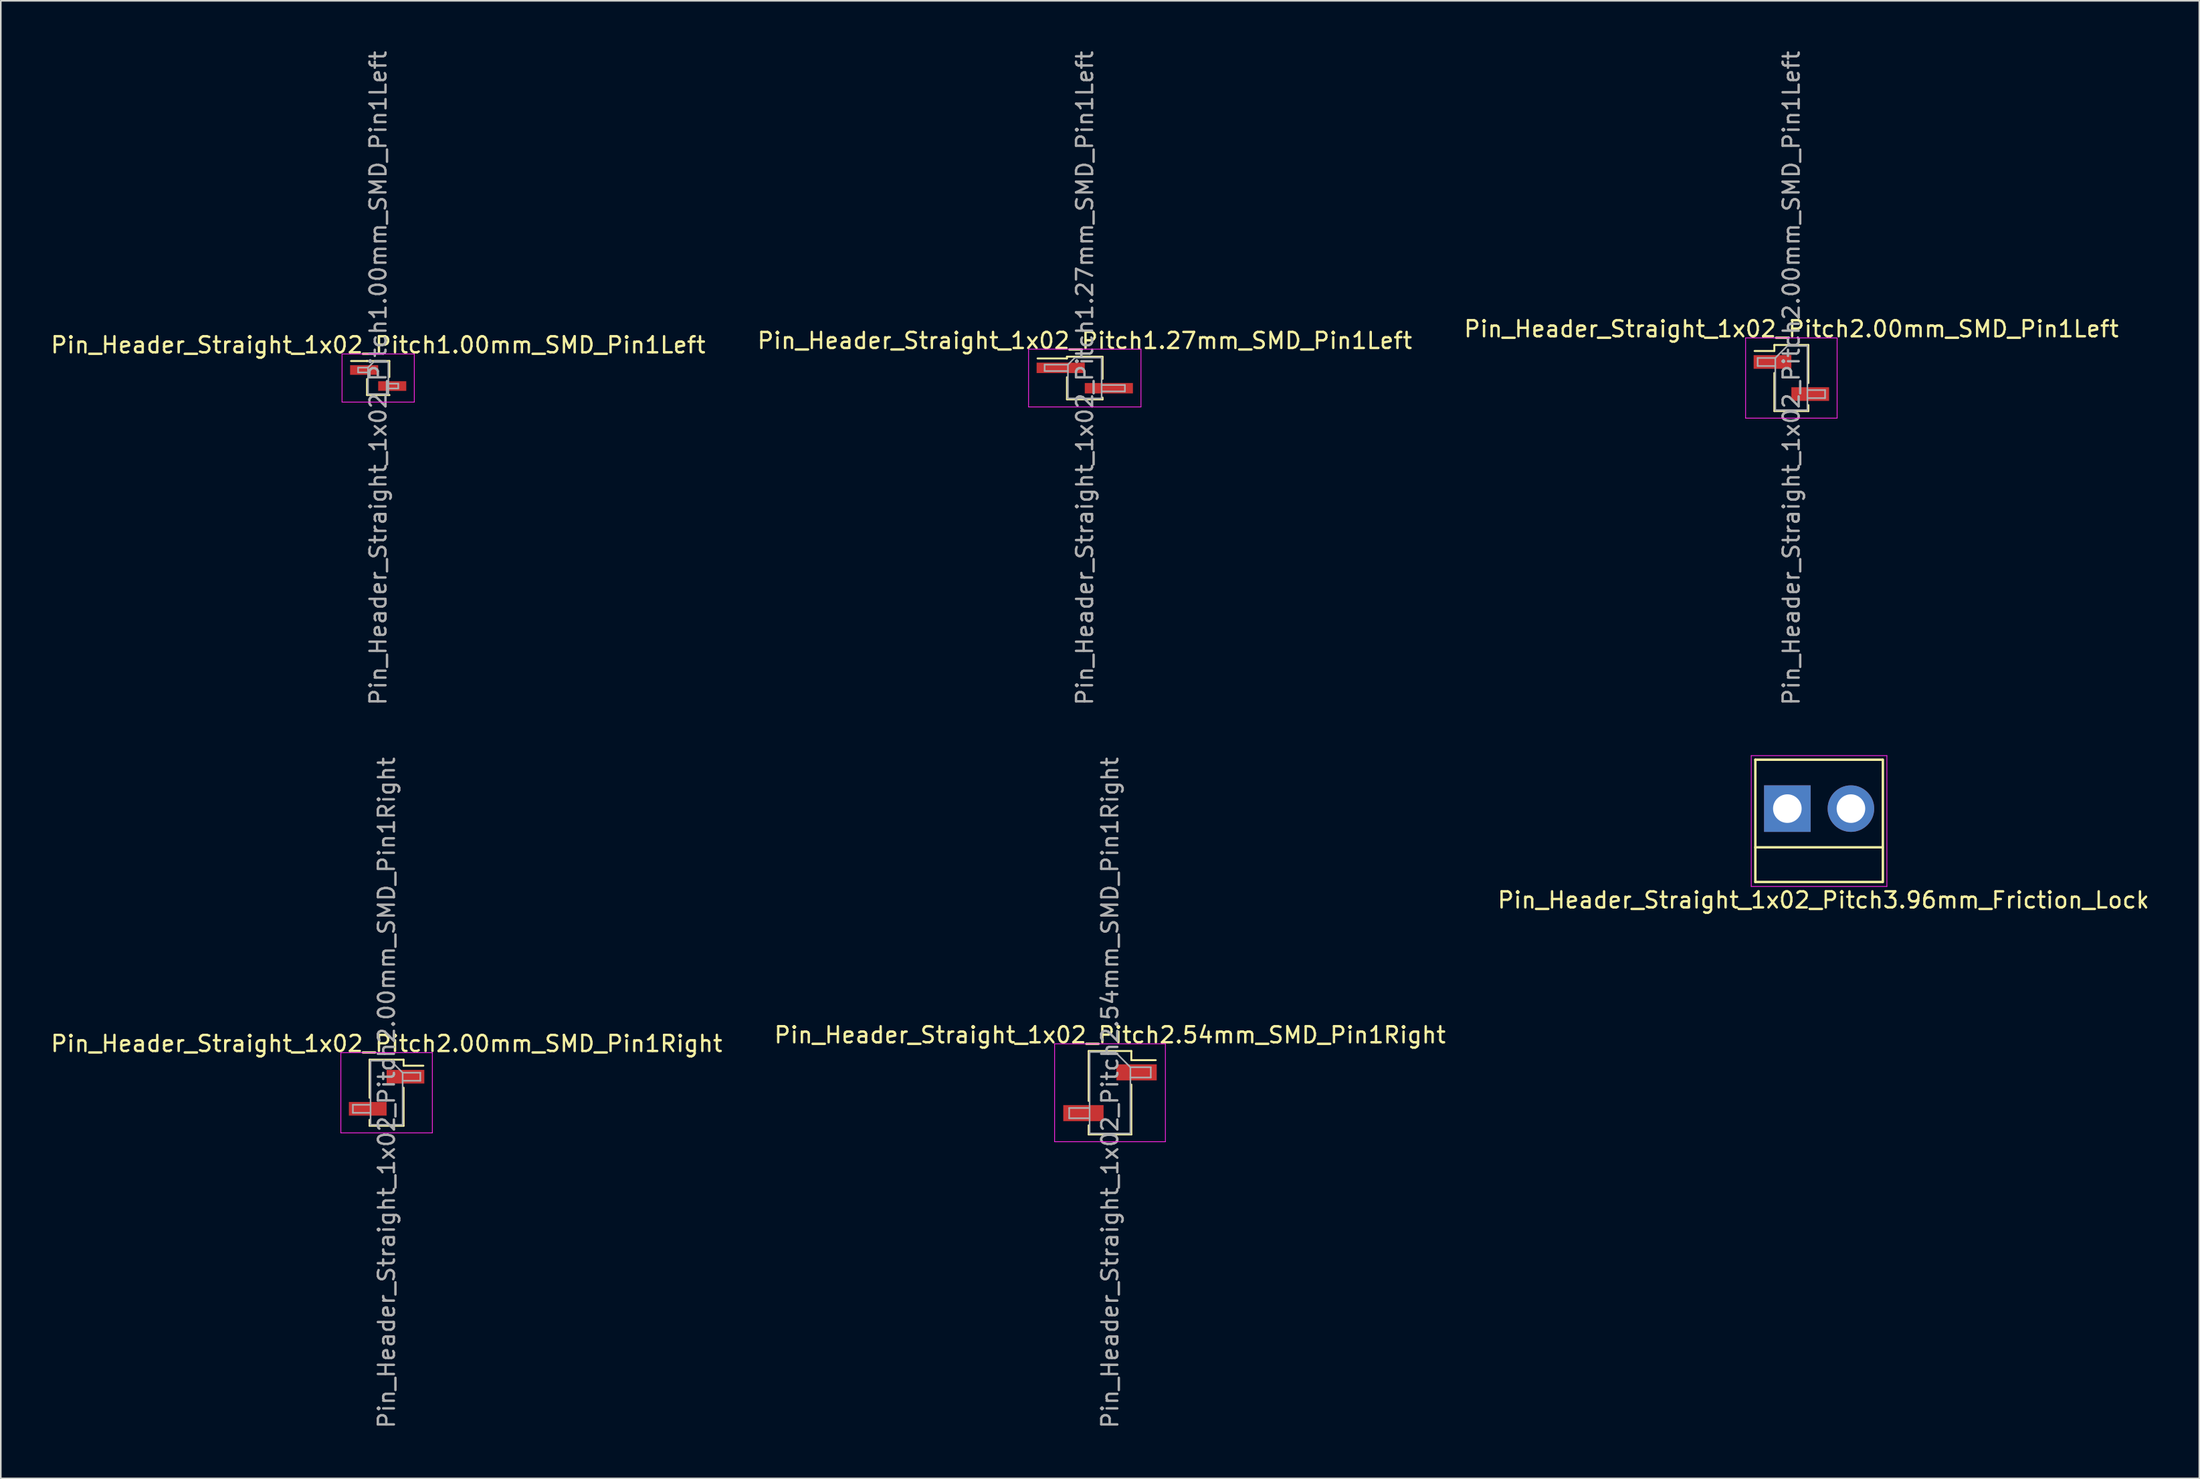
<source format=kicad_pcb>
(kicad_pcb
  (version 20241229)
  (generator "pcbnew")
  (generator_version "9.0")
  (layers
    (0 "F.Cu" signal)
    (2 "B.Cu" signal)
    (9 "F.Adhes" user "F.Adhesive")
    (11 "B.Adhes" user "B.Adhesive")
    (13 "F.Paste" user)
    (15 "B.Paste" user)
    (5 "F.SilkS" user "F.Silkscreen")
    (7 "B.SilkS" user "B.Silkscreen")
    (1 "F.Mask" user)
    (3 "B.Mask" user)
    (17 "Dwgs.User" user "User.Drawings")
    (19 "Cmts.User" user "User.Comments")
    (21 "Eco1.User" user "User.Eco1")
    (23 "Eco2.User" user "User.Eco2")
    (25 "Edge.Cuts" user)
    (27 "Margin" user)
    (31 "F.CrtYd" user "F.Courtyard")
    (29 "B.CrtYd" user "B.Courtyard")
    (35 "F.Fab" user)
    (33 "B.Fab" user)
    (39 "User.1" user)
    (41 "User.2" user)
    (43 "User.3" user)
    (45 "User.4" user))
  (footprint "Pin_Header_Straight_1x02_Pitch1.27mm_SMD_Pin1Left"
    (layer "F.Cu")
    (at 64.518 20.506)
    (property "Reference" "Pin_Header_Straight_1x02_Pitch1.27mm_SMD_Pin1Left" (at 0 -2.33 0) (layer "F.SilkS") (effects (font (size 1 1) (thickness 0.15))))
    (attr smd)
    (fp_line (start -1.11 -1.33) (end -1.11 -1.22) (stroke (width 0.12) (type solid)) (layer "F.SilkS"))
    (fp_line (start -1.11 -1.33) (end 1.11 -1.33) (stroke (width 0.12) (type solid)) (layer "F.SilkS"))
    (fp_line (start -1.11 -1.22) (end -2.94 -1.22) (stroke (width 0.12) (type solid)) (layer "F.SilkS"))
    (fp_line (start -1.11 -0.05) (end -1.11 1.32) (stroke (width 0.12) (type solid)) (layer "F.SilkS"))
    (fp_line (start -1.11 1.33) (end 1.11 1.33) (stroke (width 0.12) (type solid)) (layer "F.SilkS"))
    (fp_line (start 1.11 -1.32) (end 1.11 0.05) (stroke (width 0.12) (type solid)) (layer "F.SilkS"))
    (fp_line (start 1.11 1.22) (end 1.11 1.33) (stroke (width 0.12) (type solid)) (layer "F.SilkS"))
    (fp_line (start -3.5 -1.8) (end -3.5 1.8) (stroke (width 0.05) (type solid)) (layer "F.CrtYd"))
    (fp_line (start -3.5 1.8) (end 3.5 1.8) (stroke (width 0.05) (type solid)) (layer "F.CrtYd"))
    (fp_line (start 3.5 -1.8) (end -3.5 -1.8) (stroke (width 0.05) (type solid)) (layer "F.CrtYd"))
    (fp_line (start 3.5 1.8) (end 3.5 -1.8) (stroke (width 0.05) (type solid)) (layer "F.CrtYd"))
    (fp_line (start -2.5 -0.835) (end -2.5 -0.435) (stroke (width 0.1) (type solid)) (layer "F.Fab"))
    (fp_line (start -2.5 -0.435) (end -1.05 -0.435) (stroke (width 0.1) (type solid)) (layer "F.Fab"))
    (fp_line (start -1.05 -0.835) (end -2.5 -0.835) (stroke (width 0.1) (type solid)) (layer "F.Fab"))
    (fp_line (start -1.05 -0.835) (end -0.615 -1.27) (stroke (width 0.1) (type solid)) (layer "F.Fab"))
    (fp_line (start -1.05 1.27) (end -1.05 -0.835) (stroke (width 0.1) (type solid)) (layer "F.Fab"))
    (fp_line (start -0.615 -1.27) (end 1.05 -1.27) (stroke (width 0.1) (type solid)) (layer "F.Fab"))
    (fp_line (start 1.05 -1.27) (end 1.05 1.27) (stroke (width 0.1) (type solid)) (layer "F.Fab"))
    (fp_line (start 1.05 0.435) (end 2.5 0.435) (stroke (width 0.1) (type solid)) (layer "F.Fab"))
    (fp_line (start 1.05 1.27) (end -1.05 1.27) (stroke (width 0.1) (type solid)) (layer "F.Fab"))
    (fp_line (start 2.5 0.435) (end 2.5 0.835) (stroke (width 0.1) (type solid)) (layer "F.Fab"))
    (fp_line (start 2.5 0.835) (end 1.05 0.835) (stroke (width 0.1) (type solid)) (layer "F.Fab"))
    (fp_text user "${REFERENCE}" (at 0 0 90) (layer "F.Fab") (effects (font (size 1 1) (thickness 0.15))))
    (pad "1" smd rect (at -1.5 -0.635) (size 3 0.65) (layers "F.Cu" "F.Mask" "F.Paste"))
    (pad "2" smd rect (at 1.5 0.635) (size 3 0.65) (layers "F.Cu" "F.Mask" "F.Paste")))
  (footprint "Pin_Header_Straight_1x02_Pitch2.54mm_SMD_Pin1Right"
    (layer "F.Cu")
    (at 66.089 65.042)
    (property "Reference" "Pin_Header_Straight_1x02_Pitch2.54mm_SMD_Pin1Right" (at 0 -3.6 0) (layer "F.SilkS") (effects (font (size 1 1) (thickness 0.15))))
    (attr smd)
    (fp_line (start -1.33 -2.6) (end -1.33 0.51) (stroke (width 0.12) (type solid)) (layer "F.SilkS"))
    (fp_line (start -1.33 -2.6) (end 1.33 -2.6) (stroke (width 0.12) (type solid)) (layer "F.SilkS"))
    (fp_line (start -1.33 2.03) (end -1.33 2.6) (stroke (width 0.12) (type solid)) (layer "F.SilkS"))
    (fp_line (start -1.33 2.6) (end 1.33 2.6) (stroke (width 0.12) (type solid)) (layer "F.SilkS"))
    (fp_line (start 1.33 -2.6) (end 1.33 -2.03) (stroke (width 0.12) (type solid)) (layer "F.SilkS"))
    (fp_line (start 1.33 -2.03) (end 2.85 -2.03) (stroke (width 0.12) (type solid)) (layer "F.SilkS"))
    (fp_line (start 1.33 -0.51) (end 1.33 2.6) (stroke (width 0.12) (type solid)) (layer "F.SilkS"))
    (fp_line (start -3.45 -3.05) (end -3.45 3.05) (stroke (width 0.05) (type solid)) (layer "F.CrtYd"))
    (fp_line (start -3.45 3.05) (end 3.45 3.05) (stroke (width 0.05) (type solid)) (layer "F.CrtYd"))
    (fp_line (start 3.45 -3.05) (end -3.45 -3.05) (stroke (width 0.05) (type solid)) (layer "F.CrtYd"))
    (fp_line (start 3.45 3.05) (end 3.45 -3.05) (stroke (width 0.05) (type solid)) (layer "F.CrtYd"))
    (fp_line (start -2.54 0.95) (end -2.54 1.59) (stroke (width 0.1) (type solid)) (layer "F.Fab"))
    (fp_line (start -2.54 1.59) (end -1.27 1.59) (stroke (width 0.1) (type solid)) (layer "F.Fab"))
    (fp_line (start -1.27 -2.54) (end -1.27 2.54) (stroke (width 0.1) (type solid)) (layer "F.Fab"))
    (fp_line (start -1.27 -2.54) (end 0.32 -2.54) (stroke (width 0.1) (type solid)) (layer "F.Fab"))
    (fp_line (start -1.27 0.95) (end -2.54 0.95) (stroke (width 0.1) (type solid)) (layer "F.Fab"))
    (fp_line (start 1.27 -1.59) (end 0.32 -2.54) (stroke (width 0.1) (type solid)) (layer "F.Fab"))
    (fp_line (start 1.27 -1.59) (end 2.54 -1.59) (stroke (width 0.1) (type solid)) (layer "F.Fab"))
    (fp_line (start 1.27 2.54) (end -1.27 2.54) (stroke (width 0.1) (type solid)) (layer "F.Fab"))
    (fp_line (start 1.27 2.54) (end 1.27 -1.59) (stroke (width 0.1) (type solid)) (layer "F.Fab"))
    (fp_line (start 2.54 -1.59) (end 2.54 -0.95) (stroke (width 0.1) (type solid)) (layer "F.Fab"))
    (fp_line (start 2.54 -0.95) (end 1.27 -0.95) (stroke (width 0.1) (type solid)) (layer "F.Fab"))
    (fp_text user "${REFERENCE}" (at 0 0 90) (layer "F.Fab") (effects (font (size 1 1) (thickness 0.15))))
    (pad "1" smd rect (at 1.655 -1.27) (size 2.51 1) (layers "F.Cu" "F.Mask" "F.Paste"))
    (pad "2" smd rect (at -1.655 1.27) (size 2.51 1) (layers "F.Cu" "F.Mask" "F.Paste")))
  (footprint "Pin_Header_Straight_1x02_Pitch3.96mm_Friction_Lock"
    (layer "F.Cu")
    (at 108.28 47.337)
    (property "Reference" "Pin_Header_Straight_1x02_Pitch3.96mm_Friction_Lock" (at 2.25 5.7 0) (layer "F.SilkS") (effects (font (size 1 1) (thickness 0.15))))
    (attr through_hole)
    (fp_line (start -1.994 -3.048) (end -1.994 4.572) (stroke (width 0.15) (type solid)) (layer "F.SilkS"))
    (fp_line (start -1.994 -3.048) (end 5.931 -3.048) (stroke (width 0.15) (type solid)) (layer "F.SilkS"))
    (fp_line (start -1.994 2.413) (end 5.931 2.413) (stroke (width 0.15) (type solid)) (layer "F.SilkS"))
    (fp_line (start -1.994 4.572) (end 5.931 4.572) (stroke (width 0.15) (type solid)) (layer "F.SilkS"))
    (fp_line (start 5.95 -3.048) (end 5.95 4.572) (stroke (width 0.15) (type solid)) (layer "F.SilkS"))
    (fp_line (start -2.25 -3.3) (end 6.2 -3.3) (stroke (width 0.05) (type solid)) (layer "F.CrtYd"))
    (fp_line (start -2.25 4.85) (end -2.25 -3.3) (stroke (width 0.05) (type solid)) (layer "F.CrtYd"))
    (fp_line (start 6.2 -3.3) (end 6.2 4.85) (stroke (width 0.05) (type solid)) (layer "F.CrtYd"))
    (fp_line (start 6.2 4.85) (end -2.25 4.85) (stroke (width 0.05) (type solid)) (layer "F.CrtYd"))
    (pad "1" thru_hole rect (at 0 0) (size 2.9 2.9) (drill 1.78) (layers "*.Cu" "*.Mask"))
    (pad "2" thru_hole circle (at 3.96 0) (size 2.9 2.9) (drill 1.78) (layers "*.Cu" "*.Mask")))
  (footprint "Pin_Header_Straight_1x02_Pitch1.00mm_SMD_Pin1Left"
    (layer "F.Cu")
    (at 20.506 20.506)
    (property "Reference" "Pin_Header_Straight_1x02_Pitch1.00mm_SMD_Pin1Left" (at 0 -2.06 0) (layer "F.SilkS") (effects (font (size 1 1) (thickness 0.15))))
    (attr smd)
    (fp_line (start -0.695 -1.06) (end -1.69 -1.06) (stroke (width 0.12) (type solid)) (layer "F.SilkS"))
    (fp_line (start -0.695 -1.06) (end -0.695 -1.06) (stroke (width 0.12) (type solid)) (layer "F.SilkS"))
    (fp_line (start -0.695 -1.06) (end 0.695 -1.06) (stroke (width 0.12) (type solid)) (layer "F.SilkS"))
    (fp_line (start -0.695 0.06) (end -0.695 1.06) (stroke (width 0.12) (type solid)) (layer "F.SilkS"))
    (fp_line (start -0.695 1.06) (end 0.695 1.06) (stroke (width 0.12) (type solid)) (layer "F.SilkS"))
    (fp_line (start 0.695 -1.06) (end 0.695 -0.06) (stroke (width 0.12) (type solid)) (layer "F.SilkS"))
    (fp_line (start 0.695 1.06) (end 0.695 1.06) (stroke (width 0.12) (type solid)) (layer "F.SilkS"))
    (fp_line (start -2.25 -1.5) (end -2.25 1.5) (stroke (width 0.05) (type solid)) (layer "F.CrtYd"))
    (fp_line (start -2.25 1.5) (end 2.25 1.5) (stroke (width 0.05) (type solid)) (layer "F.CrtYd"))
    (fp_line (start 2.25 -1.5) (end -2.25 -1.5) (stroke (width 0.05) (type solid)) (layer "F.CrtYd"))
    (fp_line (start 2.25 1.5) (end 2.25 -1.5) (stroke (width 0.05) (type solid)) (layer "F.CrtYd"))
    (fp_line (start -1.25 -0.65) (end -1.25 -0.35) (stroke (width 0.1) (type solid)) (layer "F.Fab"))
    (fp_line (start -1.25 -0.35) (end -0.635 -0.35) (stroke (width 0.1) (type solid)) (layer "F.Fab"))
    (fp_line (start -0.635 -0.65) (end -1.25 -0.65) (stroke (width 0.1) (type solid)) (layer "F.Fab"))
    (fp_line (start -0.635 -0.65) (end -0.285 -1) (stroke (width 0.1) (type solid)) (layer "F.Fab"))
    (fp_line (start -0.635 1) (end -0.635 -0.65) (stroke (width 0.1) (type solid)) (layer "F.Fab"))
    (fp_line (start -0.285 -1) (end 0.635 -1) (stroke (width 0.1) (type solid)) (layer "F.Fab"))
    (fp_line (start 0.635 -1) (end 0.635 1) (stroke (width 0.1) (type solid)) (layer "F.Fab"))
    (fp_line (start 0.635 0.35) (end 1.25 0.35) (stroke (width 0.1) (type solid)) (layer "F.Fab"))
    (fp_line (start 0.635 1) (end -0.635 1) (stroke (width 0.1) (type solid)) (layer "F.Fab"))
    (fp_line (start 1.25 0.35) (end 1.25 0.65) (stroke (width 0.1) (type solid)) (layer "F.Fab"))
    (fp_line (start 1.25 0.65) (end 0.635 0.65) (stroke (width 0.1) (type solid)) (layer "F.Fab"))
    (fp_text user "${REFERENCE}" (at 0 0 90) (layer "F.Fab") (effects (font (size 1 1) (thickness 0.15))))
    (pad "1" smd rect (at -0.875 -0.5) (size 1.75 0.6) (layers "F.Cu" "F.Mask" "F.Paste"))
    (pad "2" smd rect (at 0.875 0.5) (size 1.75 0.6) (layers "F.Cu" "F.Mask" "F.Paste")))
  (footprint "Pin_Header_Straight_1x02_Pitch2.00mm_SMD_Pin1Left"
    (layer "F.Cu")
    (at 108.53 20.506)
    (property "Reference" "Pin_Header_Straight_1x02_Pitch2.00mm_SMD_Pin1Left" (at 0 -3.06 0) (layer "F.SilkS") (effects (font (size 1 1) (thickness 0.15))))
    (attr smd)
    (fp_line (start -1.06 -2.06) (end -1.06 -1.685) (stroke (width 0.12) (type solid)) (layer "F.SilkS"))
    (fp_line (start -1.06 -2.06) (end 1.06 -2.06) (stroke (width 0.12) (type solid)) (layer "F.SilkS"))
    (fp_line (start -1.06 -1.685) (end -2.29 -1.685) (stroke (width 0.12) (type solid)) (layer "F.SilkS"))
    (fp_line (start -1.06 -0.315) (end -1.06 2.06) (stroke (width 0.12) (type solid)) (layer "F.SilkS"))
    (fp_line (start -1.06 2.06) (end 1.06 2.06) (stroke (width 0.12) (type solid)) (layer "F.SilkS"))
    (fp_line (start 1.06 -2.06) (end 1.06 0.315) (stroke (width 0.12) (type solid)) (layer "F.SilkS"))
    (fp_line (start 1.06 1.685) (end 1.06 2.06) (stroke (width 0.12) (type solid)) (layer "F.SilkS"))
    (fp_line (start -2.85 -2.5) (end -2.85 2.5) (stroke (width 0.05) (type solid)) (layer "F.CrtYd"))
    (fp_line (start -2.85 2.5) (end 2.85 2.5) (stroke (width 0.05) (type solid)) (layer "F.CrtYd"))
    (fp_line (start 2.85 -2.5) (end -2.85 -2.5) (stroke (width 0.05) (type solid)) (layer "F.CrtYd"))
    (fp_line (start 2.85 2.5) (end 2.85 -2.5) (stroke (width 0.05) (type solid)) (layer "F.CrtYd"))
    (fp_line (start -2.1 -1.25) (end -2.1 -0.75) (stroke (width 0.1) (type solid)) (layer "F.Fab"))
    (fp_line (start -2.1 -0.75) (end -1 -0.75) (stroke (width 0.1) (type solid)) (layer "F.Fab"))
    (fp_line (start -1 -1.25) (end -2.1 -1.25) (stroke (width 0.1) (type solid)) (layer "F.Fab"))
    (fp_line (start -1 -1.25) (end -0.25 -2) (stroke (width 0.1) (type solid)) (layer "F.Fab"))
    (fp_line (start -1 2) (end -1 -1.25) (stroke (width 0.1) (type solid)) (layer "F.Fab"))
    (fp_line (start -0.25 -2) (end 1 -2) (stroke (width 0.1) (type solid)) (layer "F.Fab"))
    (fp_line (start 1 -2) (end 1 2) (stroke (width 0.1) (type solid)) (layer "F.Fab"))
    (fp_line (start 1 0.75) (end 2.1 0.75) (stroke (width 0.1) (type solid)) (layer "F.Fab"))
    (fp_line (start 1 2) (end -1 2) (stroke (width 0.1) (type solid)) (layer "F.Fab"))
    (fp_line (start 2.1 0.75) (end 2.1 1.25) (stroke (width 0.1) (type solid)) (layer "F.Fab"))
    (fp_line (start 2.1 1.25) (end 1 1.25) (stroke (width 0.1) (type solid)) (layer "F.Fab"))
    (fp_text user "${REFERENCE}" (at 0 0 90) (layer "F.Fab") (effects (font (size 1 1) (thickness 0.15))))
    (pad "1" smd rect (at -1.175 -1) (size 2.35 0.85) (layers "F.Cu" "F.Mask" "F.Paste"))
    (pad "2" smd rect (at 1.175 1) (size 2.35 0.85) (layers "F.Cu" "F.Mask" "F.Paste")))
  (footprint "Pin_Header_Straight_1x02_Pitch2.00mm_SMD_Pin1Right"
    (layer "F.Cu")
    (at 21.03 65.042)
    (property "Reference" "Pin_Header_Straight_1x02_Pitch2.00mm_SMD_Pin1Right" (at 0 -3.06 0) (layer "F.SilkS") (effects (font (size 1 1) (thickness 0.15))))
    (attr smd)
    (fp_line (start -1.06 -2.06) (end -1.06 0.315) (stroke (width 0.12) (type solid)) (layer "F.SilkS"))
    (fp_line (start -1.06 -2.06) (end 1.06 -2.06) (stroke (width 0.12) (type solid)) (layer "F.SilkS"))
    (fp_line (start -1.06 1.685) (end -1.06 2.06) (stroke (width 0.12) (type solid)) (layer "F.SilkS"))
    (fp_line (start -1.06 2.06) (end 1.06 2.06) (stroke (width 0.12) (type solid)) (layer "F.SilkS"))
    (fp_line (start 1.06 -2.06) (end 1.06 -1.685) (stroke (width 0.12) (type solid)) (layer "F.SilkS"))
    (fp_line (start 1.06 -1.685) (end 2.29 -1.685) (stroke (width 0.12) (type solid)) (layer "F.SilkS"))
    (fp_line (start 1.06 -0.315) (end 1.06 2.06) (stroke (width 0.12) (type solid)) (layer "F.SilkS"))
    (fp_line (start -2.85 -2.5) (end -2.85 2.5) (stroke (width 0.05) (type solid)) (layer "F.CrtYd"))
    (fp_line (start -2.85 2.5) (end 2.85 2.5) (stroke (width 0.05) (type solid)) (layer "F.CrtYd"))
    (fp_line (start 2.85 -2.5) (end -2.85 -2.5) (stroke (width 0.05) (type solid)) (layer "F.CrtYd"))
    (fp_line (start 2.85 2.5) (end 2.85 -2.5) (stroke (width 0.05) (type solid)) (layer "F.CrtYd"))
    (fp_line (start -2.1 0.75) (end -2.1 1.25) (stroke (width 0.1) (type solid)) (layer "F.Fab"))
    (fp_line (start -2.1 1.25) (end -1 1.25) (stroke (width 0.1) (type solid)) (layer "F.Fab"))
    (fp_line (start -1 -2) (end -1 2) (stroke (width 0.1) (type solid)) (layer "F.Fab"))
    (fp_line (start -1 -2) (end 0.25 -2) (stroke (width 0.1) (type solid)) (layer "F.Fab"))
    (fp_line (start -1 0.75) (end -2.1 0.75) (stroke (width 0.1) (type solid)) (layer "F.Fab"))
    (fp_line (start 1 -1.25) (end 0.25 -2) (stroke (width 0.1) (type solid)) (layer "F.Fab"))
    (fp_line (start 1 -1.25) (end 2.1 -1.25) (stroke (width 0.1) (type solid)) (layer "F.Fab"))
    (fp_line (start 1 2) (end -1 2) (stroke (width 0.1) (type solid)) (layer "F.Fab"))
    (fp_line (start 1 2) (end 1 -1.25) (stroke (width 0.1) (type solid)) (layer "F.Fab"))
    (fp_line (start 2.1 -1.25) (end 2.1 -0.75) (stroke (width 0.1) (type solid)) (layer "F.Fab"))
    (fp_line (start 2.1 -0.75) (end 1 -0.75) (stroke (width 0.1) (type solid)) (layer "F.Fab"))
    (fp_text user "${REFERENCE}" (at 0 0 90) (layer "F.Fab") (effects (font (size 1 1) (thickness 0.15))))
    (pad "1" smd rect (at 1.175 -1) (size 2.35 0.85) (layers "F.Cu" "F.Mask" "F.Paste"))
    (pad "2" smd rect (at -1.175 1) (size 2.35 0.85) (layers "F.Cu" "F.Mask" "F.Paste")))
  (gr_rect
    (start -3 -3)
    (end 133.94 89.071)
    (stroke (width 0.1) (type default))
    (fill no)
    (layer "Edge.Cuts")))
</source>
